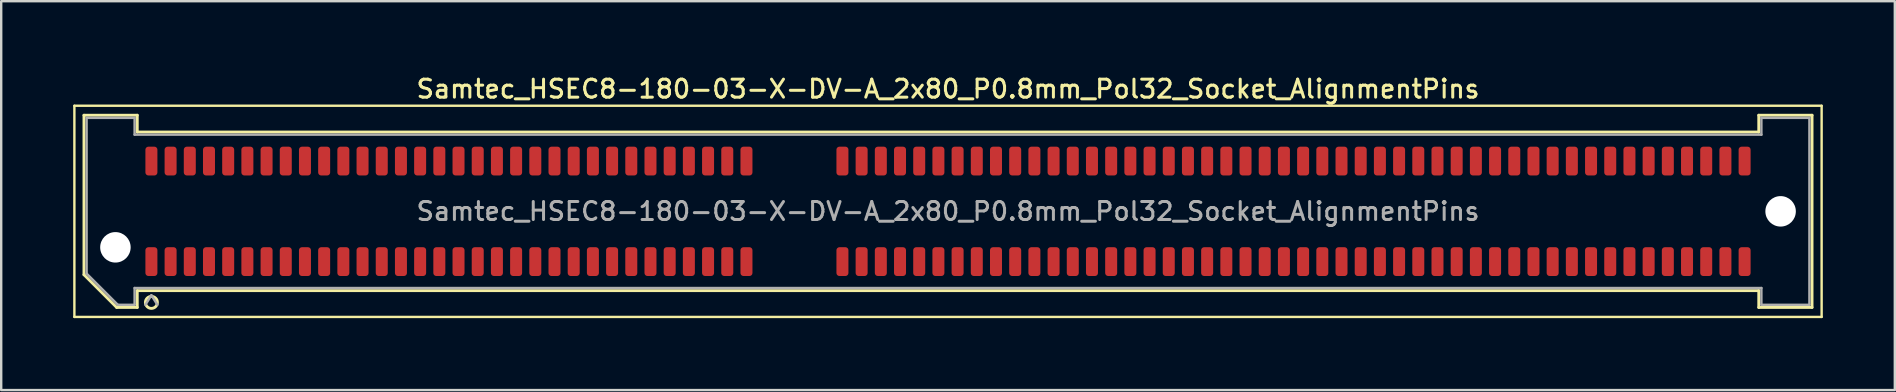
<source format=kicad_pcb>
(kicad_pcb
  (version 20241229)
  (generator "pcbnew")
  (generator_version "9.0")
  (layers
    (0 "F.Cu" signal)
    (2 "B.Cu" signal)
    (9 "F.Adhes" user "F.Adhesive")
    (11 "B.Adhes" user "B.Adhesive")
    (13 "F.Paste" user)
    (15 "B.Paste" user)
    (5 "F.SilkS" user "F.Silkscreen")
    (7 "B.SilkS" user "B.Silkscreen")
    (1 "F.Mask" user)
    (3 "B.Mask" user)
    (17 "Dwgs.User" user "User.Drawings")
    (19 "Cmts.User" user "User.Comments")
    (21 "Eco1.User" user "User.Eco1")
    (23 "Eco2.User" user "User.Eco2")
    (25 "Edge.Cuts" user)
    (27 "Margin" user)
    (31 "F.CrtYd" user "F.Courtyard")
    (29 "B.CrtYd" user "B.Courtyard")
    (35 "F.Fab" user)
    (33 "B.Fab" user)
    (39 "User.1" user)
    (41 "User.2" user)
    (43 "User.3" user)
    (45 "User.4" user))
  (footprint "Samtec_HSEC8-180-03-X-DV-A_2x80_P0.8mm_Pol32_Socket_AlignmentPins"
    (layer "F.Cu")
    (at 36.46 5.758)
    (property "Reference" "Samtec_HSEC8-180-03-X-DV-A_2x80_P0.8mm_Pol32_Socket_AlignmentPins" (at 0 -5.1 0) (layer "F.SilkS") (effects (font (size 0.75 0.75) (thickness 0.125))))
    (attr smd)
    (fp_line (start -36.41 -4.4) (end -36.41 4.4) (stroke (width 0.1) (type solid)) (layer "F.SilkS"))
    (fp_line (start -36.41 4.4) (end 36.41 4.4) (stroke (width 0.1) (type solid)) (layer "F.SilkS"))
    (fp_line (start -36.01 -4.005) (end -33.79 -4.005) (stroke (width 0.12) (type solid)) (layer "F.SilkS"))
    (fp_line (start -36.01 2.641) (end -36.01 -4.005) (stroke (width 0.12) (type solid)) (layer "F.SilkS"))
    (fp_line (start -34.646 4.005) (end -36.01 2.641) (stroke (width 0.12) (type solid)) (layer "F.SilkS"))
    (fp_line (start -33.79 -4.005) (end -33.79 -3.305) (stroke (width 0.12) (type solid)) (layer "F.SilkS"))
    (fp_line (start -33.79 -3.305) (end 33.79 -3.305) (stroke (width 0.12) (type solid)) (layer "F.SilkS"))
    (fp_line (start -33.79 3.305) (end -33.79 4.005) (stroke (width 0.12) (type solid)) (layer "F.SilkS"))
    (fp_line (start -33.79 4.005) (end -34.646 4.005) (stroke (width 0.12) (type solid)) (layer "F.SilkS"))
    (fp_line (start 33.79 -4.005) (end 36.01 -4.005) (stroke (width 0.12) (type solid)) (layer "F.SilkS"))
    (fp_line (start 33.79 -3.305) (end 33.79 -4.005) (stroke (width 0.12) (type solid)) (layer "F.SilkS"))
    (fp_line (start 33.79 3.305) (end -33.79 3.305) (stroke (width 0.12) (type solid)) (layer "F.SilkS"))
    (fp_line (start 33.79 4.005) (end 33.79 3.305) (stroke (width 0.12) (type solid)) (layer "F.SilkS"))
    (fp_line (start 36.01 -4.005) (end 36.01 4.005) (stroke (width 0.12) (type solid)) (layer "F.SilkS"))
    (fp_line (start 36.01 4.005) (end 33.79 4.005) (stroke (width 0.12) (type solid)) (layer "F.SilkS"))
    (fp_line (start 36.41 -4.4) (end -36.41 -4.4) (stroke (width 0.1) (type solid)) (layer "F.SilkS"))
    (fp_line (start 36.41 4.4) (end 36.41 -4.4) (stroke (width 0.1) (type solid)) (layer "F.SilkS"))
    (fp_arc (start -32.95 3.795) (mid -33.45 3.795) (end -32.95 3.795) (stroke (width 0.12) (type solid)) (layer "F.SilkS"))
    (fp_line (start -35.9 -3.895) (end -33.9 -3.895) (stroke (width 0.1) (type solid)) (layer "F.Fab"))
    (fp_line (start -35.9 2.595) (end -35.9 -3.895) (stroke (width 0.1) (type solid)) (layer "F.Fab"))
    (fp_line (start -34.6 3.895) (end -35.9 2.595) (stroke (width 0.1) (type solid)) (layer "F.Fab"))
    (fp_line (start -33.9 -3.895) (end -33.9 -3.195) (stroke (width 0.1) (type solid)) (layer "F.Fab"))
    (fp_line (start -33.9 -3.195) (end 33.9 -3.195) (stroke (width 0.1) (type solid)) (layer "F.Fab"))
    (fp_line (start -33.9 3.195) (end -33.9 3.895) (stroke (width 0.1) (type solid)) (layer "F.Fab"))
    (fp_line (start -33.9 3.895) (end -34.6 3.895) (stroke (width 0.1) (type solid)) (layer "F.Fab"))
    (fp_line (start -33.2 3.495) (end -33.45 3.895) (stroke (width 0.1) (type solid)) (layer "F.Fab"))
    (fp_line (start -33.2 3.495) (end -32.95 3.895) (stroke (width 0.1) (type solid)) (layer "F.Fab"))
    (fp_line (start 33.9 -3.895) (end 35.9 -3.895) (stroke (width 0.1) (type solid)) (layer "F.Fab"))
    (fp_line (start 33.9 -3.195) (end 33.9 -3.895) (stroke (width 0.1) (type solid)) (layer "F.Fab"))
    (fp_line (start 33.9 3.195) (end -33.9 3.195) (stroke (width 0.1) (type solid)) (layer "F.Fab"))
    (fp_line (start 33.9 3.895) (end 33.9 3.195) (stroke (width 0.1) (type solid)) (layer "F.Fab"))
    (fp_line (start 35.9 -3.895) (end 35.9 3.895) (stroke (width 0.1) (type solid)) (layer "F.Fab"))
    (fp_line (start 35.9 3.895) (end 33.9 3.895) (stroke (width 0.1) (type solid)) (layer "F.Fab"))
    (fp_text user "${REFERENCE}" (at 0 0 0) (layer "F.Fab") (effects (font (size 0.75 0.75) (thickness 0.125))))
    (pad "" np_thru_hole circle (at -34.7 1.5) (size 1.27 1.27) (drill 1.27) (layers "*.Cu" "*.Mask"))
    (pad "" np_thru_hole circle (at 34.7 0) (size 1.27 1.27) (drill 1.27) (layers "*.Cu" "*.Mask"))
    (pad "1" smd roundrect (at -33.2 2.095) (size 0.5 1.2) (layers "F.Cu" "F.Mask" "F.Paste") (roundrect_rratio 0.25))
    (pad "2" smd roundrect (at -33.2 -2.095) (size 0.5 1.2) (layers "F.Cu" "F.Mask" "F.Paste") (roundrect_rratio 0.25))
    (pad "3" smd roundrect (at -32.4 2.095) (size 0.5 1.2) (layers "F.Cu" "F.Mask" "F.Paste") (roundrect_rratio 0.25))
    (pad "4" smd roundrect (at -32.4 -2.095) (size 0.5 1.2) (layers "F.Cu" "F.Mask" "F.Paste") (roundrect_rratio 0.25))
    (pad "5" smd roundrect (at -31.6 2.095) (size 0.5 1.2) (layers "F.Cu" "F.Mask" "F.Paste") (roundrect_rratio 0.25))
    (pad "6" smd roundrect (at -31.6 -2.095) (size 0.5 1.2) (layers "F.Cu" "F.Mask" "F.Paste") (roundrect_rratio 0.25))
    (pad "7" smd roundrect (at -30.8 2.095) (size 0.5 1.2) (layers "F.Cu" "F.Mask" "F.Paste") (roundrect_rratio 0.25))
    (pad "8" smd roundrect (at -30.8 -2.095) (size 0.5 1.2) (layers "F.Cu" "F.Mask" "F.Paste") (roundrect_rratio 0.25))
    (pad "9" smd roundrect (at -30 2.095) (size 0.5 1.2) (layers "F.Cu" "F.Mask" "F.Paste") (roundrect_rratio 0.25))
    (pad "10" smd roundrect (at -30 -2.095) (size 0.5 1.2) (layers "F.Cu" "F.Mask" "F.Paste") (roundrect_rratio 0.25))
    (pad "11" smd roundrect (at -29.2 2.095) (size 0.5 1.2) (layers "F.Cu" "F.Mask" "F.Paste") (roundrect_rratio 0.25))
    (pad "12" smd roundrect (at -29.2 -2.095) (size 0.5 1.2) (layers "F.Cu" "F.Mask" "F.Paste") (roundrect_rratio 0.25))
    (pad "13" smd roundrect (at -28.4 2.095) (size 0.5 1.2) (layers "F.Cu" "F.Mask" "F.Paste") (roundrect_rratio 0.25))
    (pad "14" smd roundrect (at -28.4 -2.095) (size 0.5 1.2) (layers "F.Cu" "F.Mask" "F.Paste") (roundrect_rratio 0.25))
    (pad "15" smd roundrect (at -27.6 2.095) (size 0.5 1.2) (layers "F.Cu" "F.Mask" "F.Paste") (roundrect_rratio 0.25))
    (pad "16" smd roundrect (at -27.6 -2.095) (size 0.5 1.2) (layers "F.Cu" "F.Mask" "F.Paste") (roundrect_rratio 0.25))
    (pad "17" smd roundrect (at -26.8 2.095) (size 0.5 1.2) (layers "F.Cu" "F.Mask" "F.Paste") (roundrect_rratio 0.25))
    (pad "18" smd roundrect (at -26.8 -2.095) (size 0.5 1.2) (layers "F.Cu" "F.Mask" "F.Paste") (roundrect_rratio 0.25))
    (pad "19" smd roundrect (at -26 2.095) (size 0.5 1.2) (layers "F.Cu" "F.Mask" "F.Paste") (roundrect_rratio 0.25))
    (pad "20" smd roundrect (at -26 -2.095) (size 0.5 1.2) (layers "F.Cu" "F.Mask" "F.Paste") (roundrect_rratio 0.25))
    (pad "21" smd roundrect (at -25.2 2.095) (size 0.5 1.2) (layers "F.Cu" "F.Mask" "F.Paste") (roundrect_rratio 0.25))
    (pad "22" smd roundrect (at -25.2 -2.095) (size 0.5 1.2) (layers "F.Cu" "F.Mask" "F.Paste") (roundrect_rratio 0.25))
    (pad "23" smd roundrect (at -24.4 2.095) (size 0.5 1.2) (layers "F.Cu" "F.Mask" "F.Paste") (roundrect_rratio 0.25))
    (pad "24" smd roundrect (at -24.4 -2.095) (size 0.5 1.2) (layers "F.Cu" "F.Mask" "F.Paste") (roundrect_rratio 0.25))
    (pad "25" smd roundrect (at -23.6 2.095) (size 0.5 1.2) (layers "F.Cu" "F.Mask" "F.Paste") (roundrect_rratio 0.25))
    (pad "26" smd roundrect (at -23.6 -2.095) (size 0.5 1.2) (layers "F.Cu" "F.Mask" "F.Paste") (roundrect_rratio 0.25))
    (pad "27" smd roundrect (at -22.8 2.095) (size 0.5 1.2) (layers "F.Cu" "F.Mask" "F.Paste") (roundrect_rratio 0.25))
    (pad "28" smd roundrect (at -22.8 -2.095) (size 0.5 1.2) (layers "F.Cu" "F.Mask" "F.Paste") (roundrect_rratio 0.25))
    (pad "29" smd roundrect (at -22 2.095) (size 0.5 1.2) (layers "F.Cu" "F.Mask" "F.Paste") (roundrect_rratio 0.25))
    (pad "30" smd roundrect (at -22 -2.095) (size 0.5 1.2) (layers "F.Cu" "F.Mask" "F.Paste") (roundrect_rratio 0.25))
    (pad "31" smd roundrect (at -21.2 2.095) (size 0.5 1.2) (layers "F.Cu" "F.Mask" "F.Paste") (roundrect_rratio 0.25))
    (pad "32" smd roundrect (at -21.2 -2.095) (size 0.5 1.2) (layers "F.Cu" "F.Mask" "F.Paste") (roundrect_rratio 0.25))
    (pad "33" smd roundrect (at -20.4 2.095) (size 0.5 1.2) (layers "F.Cu" "F.Mask" "F.Paste") (roundrect_rratio 0.25))
    (pad "34" smd roundrect (at -20.4 -2.095) (size 0.5 1.2) (layers "F.Cu" "F.Mask" "F.Paste") (roundrect_rratio 0.25))
    (pad "35" smd roundrect (at -19.6 2.095) (size 0.5 1.2) (layers "F.Cu" "F.Mask" "F.Paste") (roundrect_rratio 0.25))
    (pad "36" smd roundrect (at -19.6 -2.095) (size 0.5 1.2) (layers "F.Cu" "F.Mask" "F.Paste") (roundrect_rratio 0.25))
    (pad "37" smd roundrect (at -18.8 2.095) (size 0.5 1.2) (layers "F.Cu" "F.Mask" "F.Paste") (roundrect_rratio 0.25))
    (pad "38" smd roundrect (at -18.8 -2.095) (size 0.5 1.2) (layers "F.Cu" "F.Mask" "F.Paste") (roundrect_rratio 0.25))
    (pad "39" smd roundrect (at -18 2.095) (size 0.5 1.2) (layers "F.Cu" "F.Mask" "F.Paste") (roundrect_rratio 0.25))
    (pad "40" smd roundrect (at -18 -2.095) (size 0.5 1.2) (layers "F.Cu" "F.Mask" "F.Paste") (roundrect_rratio 0.25))
    (pad "41" smd roundrect (at -17.2 2.095) (size 0.5 1.2) (layers "F.Cu" "F.Mask" "F.Paste") (roundrect_rratio 0.25))
    (pad "42" smd roundrect (at -17.2 -2.095) (size 0.5 1.2) (layers "F.Cu" "F.Mask" "F.Paste") (roundrect_rratio 0.25))
    (pad "43" smd roundrect (at -16.4 2.095) (size 0.5 1.2) (layers "F.Cu" "F.Mask" "F.Paste") (roundrect_rratio 0.25))
    (pad "44" smd roundrect (at -16.4 -2.095) (size 0.5 1.2) (layers "F.Cu" "F.Mask" "F.Paste") (roundrect_rratio 0.25))
    (pad "45" smd roundrect (at -15.6 2.095) (size 0.5 1.2) (layers "F.Cu" "F.Mask" "F.Paste") (roundrect_rratio 0.25))
    (pad "46" smd roundrect (at -15.6 -2.095) (size 0.5 1.2) (layers "F.Cu" "F.Mask" "F.Paste") (roundrect_rratio 0.25))
    (pad "47" smd roundrect (at -14.8 2.095) (size 0.5 1.2) (layers "F.Cu" "F.Mask" "F.Paste") (roundrect_rratio 0.25))
    (pad "48" smd roundrect (at -14.8 -2.095) (size 0.5 1.2) (layers "F.Cu" "F.Mask" "F.Paste") (roundrect_rratio 0.25))
    (pad "49" smd roundrect (at -14 2.095) (size 0.5 1.2) (layers "F.Cu" "F.Mask" "F.Paste") (roundrect_rratio 0.25))
    (pad "50" smd roundrect (at -14 -2.095) (size 0.5 1.2) (layers "F.Cu" "F.Mask" "F.Paste") (roundrect_rratio 0.25))
    (pad "51" smd roundrect (at -13.2 2.095) (size 0.5 1.2) (layers "F.Cu" "F.Mask" "F.Paste") (roundrect_rratio 0.25))
    (pad "52" smd roundrect (at -13.2 -2.095) (size 0.5 1.2) (layers "F.Cu" "F.Mask" "F.Paste") (roundrect_rratio 0.25))
    (pad "53" smd roundrect (at -12.4 2.095) (size 0.5 1.2) (layers "F.Cu" "F.Mask" "F.Paste") (roundrect_rratio 0.25))
    (pad "54" smd roundrect (at -12.4 -2.095) (size 0.5 1.2) (layers "F.Cu" "F.Mask" "F.Paste") (roundrect_rratio 0.25))
    (pad "55" smd roundrect (at -11.6 2.095) (size 0.5 1.2) (layers "F.Cu" "F.Mask" "F.Paste") (roundrect_rratio 0.25))
    (pad "56" smd roundrect (at -11.6 -2.095) (size 0.5 1.2) (layers "F.Cu" "F.Mask" "F.Paste") (roundrect_rratio 0.25))
    (pad "57" smd roundrect (at -10.8 2.095) (size 0.5 1.2) (layers "F.Cu" "F.Mask" "F.Paste") (roundrect_rratio 0.25))
    (pad "58" smd roundrect (at -10.8 -2.095) (size 0.5 1.2) (layers "F.Cu" "F.Mask" "F.Paste") (roundrect_rratio 0.25))
    (pad "59" smd roundrect (at -10 2.095) (size 0.5 1.2) (layers "F.Cu" "F.Mask" "F.Paste") (roundrect_rratio 0.25))
    (pad "60" smd roundrect (at -10 -2.095) (size 0.5 1.2) (layers "F.Cu" "F.Mask" "F.Paste") (roundrect_rratio 0.25))
    (pad "61" smd roundrect (at -9.2 2.095) (size 0.5 1.2) (layers "F.Cu" "F.Mask" "F.Paste") (roundrect_rratio 0.25))
    (pad "62" smd roundrect (at -9.2 -2.095) (size 0.5 1.2) (layers "F.Cu" "F.Mask" "F.Paste") (roundrect_rratio 0.25))
    (pad "63" smd roundrect (at -8.4 2.095) (size 0.5 1.2) (layers "F.Cu" "F.Mask" "F.Paste") (roundrect_rratio 0.25))
    (pad "64" smd roundrect (at -8.4 -2.095) (size 0.5 1.2) (layers "F.Cu" "F.Mask" "F.Paste") (roundrect_rratio 0.25))
    (pad "65" smd roundrect (at -4.4 2.095) (size 0.5 1.2) (layers "F.Cu" "F.Mask" "F.Paste") (roundrect_rratio 0.25))
    (pad "66" smd roundrect (at -4.4 -2.095) (size 0.5 1.2) (layers "F.Cu" "F.Mask" "F.Paste") (roundrect_rratio 0.25))
    (pad "67" smd roundrect (at -3.6 2.095) (size 0.5 1.2) (layers "F.Cu" "F.Mask" "F.Paste") (roundrect_rratio 0.25))
    (pad "68" smd roundrect (at -3.6 -2.095) (size 0.5 1.2) (layers "F.Cu" "F.Mask" "F.Paste") (roundrect_rratio 0.25))
    (pad "69" smd roundrect (at -2.8 2.095) (size 0.5 1.2) (layers "F.Cu" "F.Mask" "F.Paste") (roundrect_rratio 0.25))
    (pad "70" smd roundrect (at -2.8 -2.095) (size 0.5 1.2) (layers "F.Cu" "F.Mask" "F.Paste") (roundrect_rratio 0.25))
    (pad "71" smd roundrect (at -2 2.095) (size 0.5 1.2) (layers "F.Cu" "F.Mask" "F.Paste") (roundrect_rratio 0.25))
    (pad "72" smd roundrect (at -2 -2.095) (size 0.5 1.2) (layers "F.Cu" "F.Mask" "F.Paste") (roundrect_rratio 0.25))
    (pad "73" smd roundrect (at -1.2 2.095) (size 0.5 1.2) (layers "F.Cu" "F.Mask" "F.Paste") (roundrect_rratio 0.25))
    (pad "74" smd roundrect (at -1.2 -2.095) (size 0.5 1.2) (layers "F.Cu" "F.Mask" "F.Paste") (roundrect_rratio 0.25))
    (pad "75" smd roundrect (at -0.4 2.095) (size 0.5 1.2) (layers "F.Cu" "F.Mask" "F.Paste") (roundrect_rratio 0.25))
    (pad "76" smd roundrect (at -0.4 -2.095) (size 0.5 1.2) (layers "F.Cu" "F.Mask" "F.Paste") (roundrect_rratio 0.25))
    (pad "77" smd roundrect (at 0.4 2.095) (size 0.5 1.2) (layers "F.Cu" "F.Mask" "F.Paste") (roundrect_rratio 0.25))
    (pad "78" smd roundrect (at 0.4 -2.095) (size 0.5 1.2) (layers "F.Cu" "F.Mask" "F.Paste") (roundrect_rratio 0.25))
    (pad "79" smd roundrect (at 1.2 2.095) (size 0.5 1.2) (layers "F.Cu" "F.Mask" "F.Paste") (roundrect_rratio 0.25))
    (pad "80" smd roundrect (at 1.2 -2.095) (size 0.5 1.2) (layers "F.Cu" "F.Mask" "F.Paste") (roundrect_rratio 0.25))
    (pad "81" smd roundrect (at 2 2.095) (size 0.5 1.2) (layers "F.Cu" "F.Mask" "F.Paste") (roundrect_rratio 0.25))
    (pad "82" smd roundrect (at 2 -2.095) (size 0.5 1.2) (layers "F.Cu" "F.Mask" "F.Paste") (roundrect_rratio 0.25))
    (pad "83" smd roundrect (at 2.8 2.095) (size 0.5 1.2) (layers "F.Cu" "F.Mask" "F.Paste") (roundrect_rratio 0.25))
    (pad "84" smd roundrect (at 2.8 -2.095) (size 0.5 1.2) (layers "F.Cu" "F.Mask" "F.Paste") (roundrect_rratio 0.25))
    (pad "85" smd roundrect (at 3.6 2.095) (size 0.5 1.2) (layers "F.Cu" "F.Mask" "F.Paste") (roundrect_rratio 0.25))
    (pad "86" smd roundrect (at 3.6 -2.095) (size 0.5 1.2) (layers "F.Cu" "F.Mask" "F.Paste") (roundrect_rratio 0.25))
    (pad "87" smd roundrect (at 4.4 2.095) (size 0.5 1.2) (layers "F.Cu" "F.Mask" "F.Paste") (roundrect_rratio 0.25))
    (pad "88" smd roundrect (at 4.4 -2.095) (size 0.5 1.2) (layers "F.Cu" "F.Mask" "F.Paste") (roundrect_rratio 0.25))
    (pad "89" smd roundrect (at 5.2 2.095) (size 0.5 1.2) (layers "F.Cu" "F.Mask" "F.Paste") (roundrect_rratio 0.25))
    (pad "90" smd roundrect (at 5.2 -2.095) (size 0.5 1.2) (layers "F.Cu" "F.Mask" "F.Paste") (roundrect_rratio 0.25))
    (pad "91" smd roundrect (at 6 2.095) (size 0.5 1.2) (layers "F.Cu" "F.Mask" "F.Paste") (roundrect_rratio 0.25))
    (pad "92" smd roundrect (at 6 -2.095) (size 0.5 1.2) (layers "F.Cu" "F.Mask" "F.Paste") (roundrect_rratio 0.25))
    (pad "93" smd roundrect (at 6.8 2.095) (size 0.5 1.2) (layers "F.Cu" "F.Mask" "F.Paste") (roundrect_rratio 0.25))
    (pad "94" smd roundrect (at 6.8 -2.095) (size 0.5 1.2) (layers "F.Cu" "F.Mask" "F.Paste") (roundrect_rratio 0.25))
    (pad "95" smd roundrect (at 7.6 2.095) (size 0.5 1.2) (layers "F.Cu" "F.Mask" "F.Paste") (roundrect_rratio 0.25))
    (pad "96" smd roundrect (at 7.6 -2.095) (size 0.5 1.2) (layers "F.Cu" "F.Mask" "F.Paste") (roundrect_rratio 0.25))
    (pad "97" smd roundrect (at 8.4 2.095) (size 0.5 1.2) (layers "F.Cu" "F.Mask" "F.Paste") (roundrect_rratio 0.25))
    (pad "98" smd roundrect (at 8.4 -2.095) (size 0.5 1.2) (layers "F.Cu" "F.Mask" "F.Paste") (roundrect_rratio 0.25))
    (pad "99" smd roundrect (at 9.2 2.095) (size 0.5 1.2) (layers "F.Cu" "F.Mask" "F.Paste") (roundrect_rratio 0.25))
    (pad "100" smd roundrect (at 9.2 -2.095) (size 0.5 1.2) (layers "F.Cu" "F.Mask" "F.Paste") (roundrect_rratio 0.25))
    (pad "101" smd roundrect (at 10 2.095) (size 0.5 1.2) (layers "F.Cu" "F.Mask" "F.Paste") (roundrect_rratio 0.25))
    (pad "102" smd roundrect (at 10 -2.095) (size 0.5 1.2) (layers "F.Cu" "F.Mask" "F.Paste") (roundrect_rratio 0.25))
    (pad "103" smd roundrect (at 10.8 2.095) (size 0.5 1.2) (layers "F.Cu" "F.Mask" "F.Paste") (roundrect_rratio 0.25))
    (pad "104" smd roundrect (at 10.8 -2.095) (size 0.5 1.2) (layers "F.Cu" "F.Mask" "F.Paste") (roundrect_rratio 0.25))
    (pad "105" smd roundrect (at 11.6 2.095) (size 0.5 1.2) (layers "F.Cu" "F.Mask" "F.Paste") (roundrect_rratio 0.25))
    (pad "106" smd roundrect (at 11.6 -2.095) (size 0.5 1.2) (layers "F.Cu" "F.Mask" "F.Paste") (roundrect_rratio 0.25))
    (pad "107" smd roundrect (at 12.4 2.095) (size 0.5 1.2) (layers "F.Cu" "F.Mask" "F.Paste") (roundrect_rratio 0.25))
    (pad "108" smd roundrect (at 12.4 -2.095) (size 0.5 1.2) (layers "F.Cu" "F.Mask" "F.Paste") (roundrect_rratio 0.25))
    (pad "109" smd roundrect (at 13.2 2.095) (size 0.5 1.2) (layers "F.Cu" "F.Mask" "F.Paste") (roundrect_rratio 0.25))
    (pad "110" smd roundrect (at 13.2 -2.095) (size 0.5 1.2) (layers "F.Cu" "F.Mask" "F.Paste") (roundrect_rratio 0.25))
    (pad "111" smd roundrect (at 14 2.095) (size 0.5 1.2) (layers "F.Cu" "F.Mask" "F.Paste") (roundrect_rratio 0.25))
    (pad "112" smd roundrect (at 14 -2.095) (size 0.5 1.2) (layers "F.Cu" "F.Mask" "F.Paste") (roundrect_rratio 0.25))
    (pad "113" smd roundrect (at 14.8 2.095) (size 0.5 1.2) (layers "F.Cu" "F.Mask" "F.Paste") (roundrect_rratio 0.25))
    (pad "114" smd roundrect (at 14.8 -2.095) (size 0.5 1.2) (layers "F.Cu" "F.Mask" "F.Paste") (roundrect_rratio 0.25))
    (pad "115" smd roundrect (at 15.6 2.095) (size 0.5 1.2) (layers "F.Cu" "F.Mask" "F.Paste") (roundrect_rratio 0.25))
    (pad "116" smd roundrect (at 15.6 -2.095) (size 0.5 1.2) (layers "F.Cu" "F.Mask" "F.Paste") (roundrect_rratio 0.25))
    (pad "117" smd roundrect (at 16.4 2.095) (size 0.5 1.2) (layers "F.Cu" "F.Mask" "F.Paste") (roundrect_rratio 0.25))
    (pad "118" smd roundrect (at 16.4 -2.095) (size 0.5 1.2) (layers "F.Cu" "F.Mask" "F.Paste") (roundrect_rratio 0.25))
    (pad "119" smd roundrect (at 17.2 2.095) (size 0.5 1.2) (layers "F.Cu" "F.Mask" "F.Paste") (roundrect_rratio 0.25))
    (pad "120" smd roundrect (at 17.2 -2.095) (size 0.5 1.2) (layers "F.Cu" "F.Mask" "F.Paste") (roundrect_rratio 0.25))
    (pad "121" smd roundrect (at 18 2.095) (size 0.5 1.2) (layers "F.Cu" "F.Mask" "F.Paste") (roundrect_rratio 0.25))
    (pad "122" smd roundrect (at 18 -2.095) (size 0.5 1.2) (layers "F.Cu" "F.Mask" "F.Paste") (roundrect_rratio 0.25))
    (pad "123" smd roundrect (at 18.8 2.095) (size 0.5 1.2) (layers "F.Cu" "F.Mask" "F.Paste") (roundrect_rratio 0.25))
    (pad "124" smd roundrect (at 18.8 -2.095) (size 0.5 1.2) (layers "F.Cu" "F.Mask" "F.Paste") (roundrect_rratio 0.25))
    (pad "125" smd roundrect (at 19.6 2.095) (size 0.5 1.2) (layers "F.Cu" "F.Mask" "F.Paste") (roundrect_rratio 0.25))
    (pad "126" smd roundrect (at 19.6 -2.095) (size 0.5 1.2) (layers "F.Cu" "F.Mask" "F.Paste") (roundrect_rratio 0.25))
    (pad "127" smd roundrect (at 20.4 2.095) (size 0.5 1.2) (layers "F.Cu" "F.Mask" "F.Paste") (roundrect_rratio 0.25))
    (pad "128" smd roundrect (at 20.4 -2.095) (size 0.5 1.2) (layers "F.Cu" "F.Mask" "F.Paste") (roundrect_rratio 0.25))
    (pad "129" smd roundrect (at 21.2 2.095) (size 0.5 1.2) (layers "F.Cu" "F.Mask" "F.Paste") (roundrect_rratio 0.25))
    (pad "130" smd roundrect (at 21.2 -2.095) (size 0.5 1.2) (layers "F.Cu" "F.Mask" "F.Paste") (roundrect_rratio 0.25))
    (pad "131" smd roundrect (at 22 2.095) (size 0.5 1.2) (layers "F.Cu" "F.Mask" "F.Paste") (roundrect_rratio 0.25))
    (pad "132" smd roundrect (at 22 -2.095) (size 0.5 1.2) (layers "F.Cu" "F.Mask" "F.Paste") (roundrect_rratio 0.25))
    (pad "133" smd roundrect (at 22.8 2.095) (size 0.5 1.2) (layers "F.Cu" "F.Mask" "F.Paste") (roundrect_rratio 0.25))
    (pad "134" smd roundrect (at 22.8 -2.095) (size 0.5 1.2) (layers "F.Cu" "F.Mask" "F.Paste") (roundrect_rratio 0.25))
    (pad "135" smd roundrect (at 23.6 2.095) (size 0.5 1.2) (layers "F.Cu" "F.Mask" "F.Paste") (roundrect_rratio 0.25))
    (pad "136" smd roundrect (at 23.6 -2.095) (size 0.5 1.2) (layers "F.Cu" "F.Mask" "F.Paste") (roundrect_rratio 0.25))
    (pad "137" smd roundrect (at 24.4 2.095) (size 0.5 1.2) (layers "F.Cu" "F.Mask" "F.Paste") (roundrect_rratio 0.25))
    (pad "138" smd roundrect (at 24.4 -2.095) (size 0.5 1.2) (layers "F.Cu" "F.Mask" "F.Paste") (roundrect_rratio 0.25))
    (pad "139" smd roundrect (at 25.2 2.095) (size 0.5 1.2) (layers "F.Cu" "F.Mask" "F.Paste") (roundrect_rratio 0.25))
    (pad "140" smd roundrect (at 25.2 -2.095) (size 0.5 1.2) (layers "F.Cu" "F.Mask" "F.Paste") (roundrect_rratio 0.25))
    (pad "141" smd roundrect (at 26 2.095) (size 0.5 1.2) (layers "F.Cu" "F.Mask" "F.Paste") (roundrect_rratio 0.25))
    (pad "142" smd roundrect (at 26 -2.095) (size 0.5 1.2) (layers "F.Cu" "F.Mask" "F.Paste") (roundrect_rratio 0.25))
    (pad "143" smd roundrect (at 26.8 2.095) (size 0.5 1.2) (layers "F.Cu" "F.Mask" "F.Paste") (roundrect_rratio 0.25))
    (pad "144" smd roundrect (at 26.8 -2.095) (size 0.5 1.2) (layers "F.Cu" "F.Mask" "F.Paste") (roundrect_rratio 0.25))
    (pad "145" smd roundrect (at 27.6 2.095) (size 0.5 1.2) (layers "F.Cu" "F.Mask" "F.Paste") (roundrect_rratio 0.25))
    (pad "146" smd roundrect (at 27.6 -2.095) (size 0.5 1.2) (layers "F.Cu" "F.Mask" "F.Paste") (roundrect_rratio 0.25))
    (pad "147" smd roundrect (at 28.4 2.095) (size 0.5 1.2) (layers "F.Cu" "F.Mask" "F.Paste") (roundrect_rratio 0.25))
    (pad "148" smd roundrect (at 28.4 -2.095) (size 0.5 1.2) (layers "F.Cu" "F.Mask" "F.Paste") (roundrect_rratio 0.25))
    (pad "149" smd roundrect (at 29.2 2.095) (size 0.5 1.2) (layers "F.Cu" "F.Mask" "F.Paste") (roundrect_rratio 0.25))
    (pad "150" smd roundrect (at 29.2 -2.095) (size 0.5 1.2) (layers "F.Cu" "F.Mask" "F.Paste") (roundrect_rratio 0.25))
    (pad "151" smd roundrect (at 30 2.095) (size 0.5 1.2) (layers "F.Cu" "F.Mask" "F.Paste") (roundrect_rratio 0.25))
    (pad "152" smd roundrect (at 30 -2.095) (size 0.5 1.2) (layers "F.Cu" "F.Mask" "F.Paste") (roundrect_rratio 0.25))
    (pad "153" smd roundrect (at 30.8 2.095) (size 0.5 1.2) (layers "F.Cu" "F.Mask" "F.Paste") (roundrect_rratio 0.25))
    (pad "154" smd roundrect (at 30.8 -2.095) (size 0.5 1.2) (layers "F.Cu" "F.Mask" "F.Paste") (roundrect_rratio 0.25))
    (pad "155" smd roundrect (at 31.6 2.095) (size 0.5 1.2) (layers "F.Cu" "F.Mask" "F.Paste") (roundrect_rratio 0.25))
    (pad "156" smd roundrect (at 31.6 -2.095) (size 0.5 1.2) (layers "F.Cu" "F.Mask" "F.Paste") (roundrect_rratio 0.25))
    (pad "157" smd roundrect (at 32.4 2.095) (size 0.5 1.2) (layers "F.Cu" "F.Mask" "F.Paste") (roundrect_rratio 0.25))
    (pad "158" smd roundrect (at 32.4 -2.095) (size 0.5 1.2) (layers "F.Cu" "F.Mask" "F.Paste") (roundrect_rratio 0.25))
    (pad "159" smd roundrect (at 33.2 2.095) (size 0.5 1.2) (layers "F.Cu" "F.Mask" "F.Paste") (roundrect_rratio 0.25))
    (pad "160" smd roundrect (at 33.2 -2.095) (size 0.5 1.2) (layers "F.Cu" "F.Mask" "F.Paste") (roundrect_rratio 0.25)))
  (gr_rect
    (start -3 -3)
    (end 75.92 13.208)
    (stroke (width 0.1) (type default))
    (fill no)
    (layer "Edge.Cuts")))
</source>
